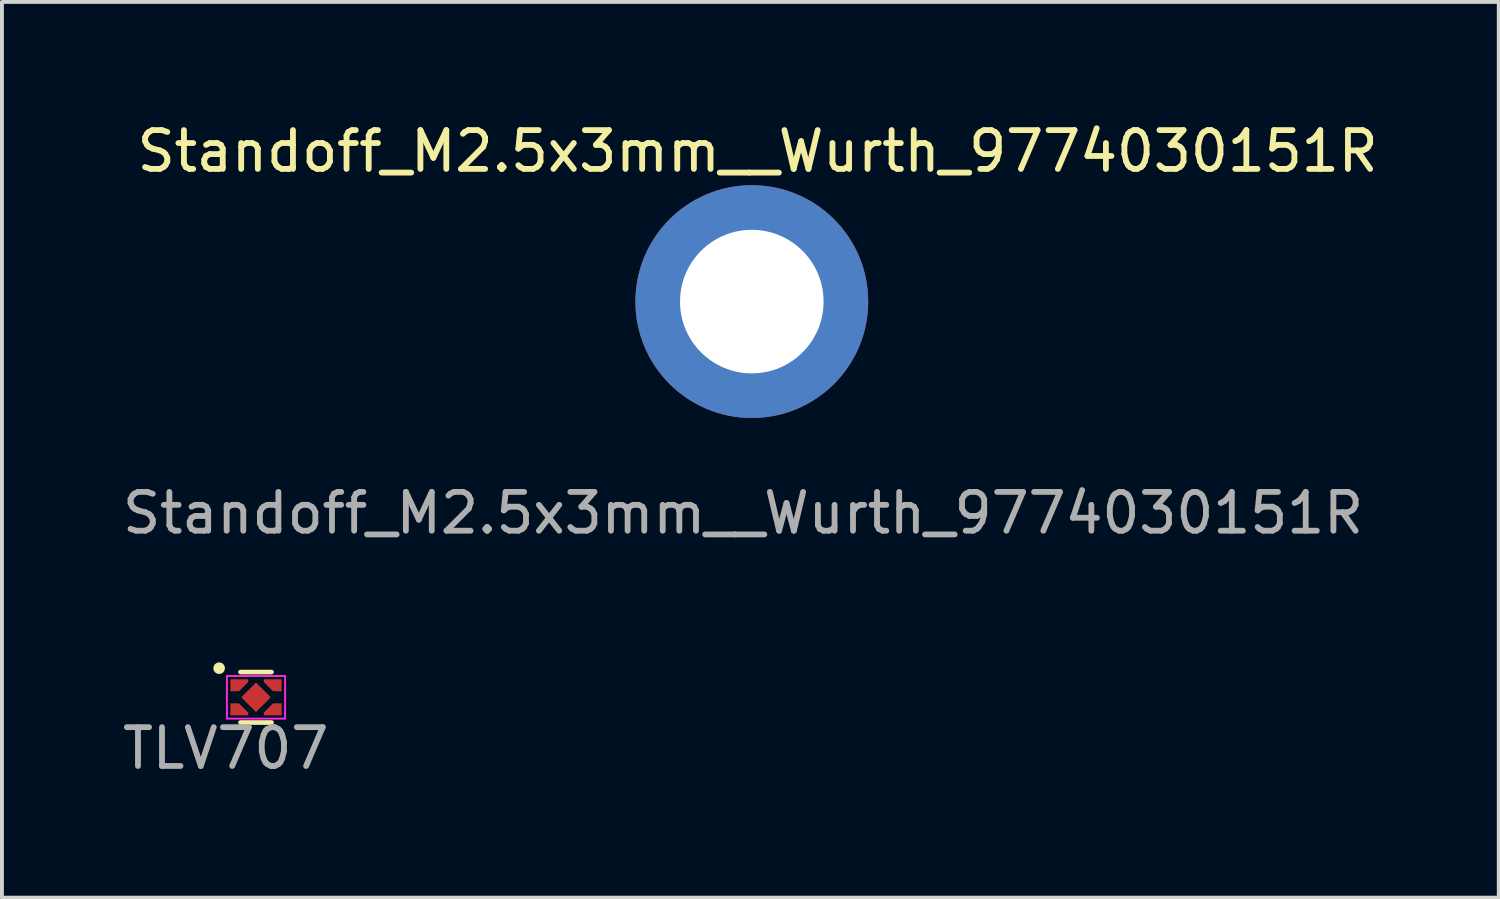
<source format=kicad_pcb>
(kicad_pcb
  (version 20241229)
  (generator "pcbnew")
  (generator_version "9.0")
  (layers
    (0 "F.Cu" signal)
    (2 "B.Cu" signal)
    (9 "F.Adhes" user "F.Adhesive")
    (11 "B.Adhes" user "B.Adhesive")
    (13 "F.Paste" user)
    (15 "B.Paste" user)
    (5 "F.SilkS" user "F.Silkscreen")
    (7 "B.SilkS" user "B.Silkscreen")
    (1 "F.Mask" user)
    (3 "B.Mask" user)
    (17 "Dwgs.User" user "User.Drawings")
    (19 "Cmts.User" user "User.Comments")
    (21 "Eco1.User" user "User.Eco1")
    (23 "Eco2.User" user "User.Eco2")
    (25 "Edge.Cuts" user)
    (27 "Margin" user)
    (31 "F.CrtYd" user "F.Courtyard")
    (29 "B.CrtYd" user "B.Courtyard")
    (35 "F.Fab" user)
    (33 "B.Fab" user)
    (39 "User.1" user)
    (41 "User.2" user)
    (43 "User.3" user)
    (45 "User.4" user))
  (footprint "TLV707"
    (layer "F.Cu")
    (at 3.548 14.921)
    (property "Reference" "TLV707" (at -0.78 1.315 0) (unlocked yes) (layer "F.Fab") (effects (font (size 1 1) (thickness 0.15))))
    (attr smd)
    (fp_poly (pts (xy -0.61 -0.2) (xy -0.61 -0.42) (xy -0.25 -0.42) (xy -0.25 -0.38) (xy -0.43 -0.2)) (stroke (width 0) (type solid)) (fill yes) (layer "F.Mask"))
    (fp_poly (pts (xy -0.61 0.2) (xy -0.61 0.42) (xy -0.25 0.42) (xy -0.25 0.38) (xy -0.43 0.2)) (stroke (width 0) (type solid)) (fill yes) (layer "F.Mask"))
    (fp_poly (pts (xy 0.61 -0.2) (xy 0.61 -0.42) (xy 0.25 -0.42) (xy 0.25 -0.38) (xy 0.43 -0.2)) (stroke (width 0) (type solid)) (fill yes) (layer "F.Mask"))
    (fp_poly (pts (xy 0.61 0.19) (xy 0.61 0.41) (xy 0.25 0.41) (xy 0.25 0.37) (xy 0.43 0.19)) (stroke (width 0) (type solid)) (fill yes) (layer "F.Mask"))
    (fp_line (start -0.4 -0.65) (end 0.4 -0.65) (stroke (width 0.12) (type default)) (layer "F.SilkS"))
    (fp_line (start -0.4 0.65) (end 0.4 0.65) (stroke (width 0.12) (type default)) (layer "F.SilkS"))
    (fp_circle (center -0.95 -0.75) (end -0.875 -0.75) (stroke (width 0.15) (type default)) (fill no) (layer "F.SilkS"))
    (fp_rect (start -0.75 -0.55) (end 0.75 0.55) (stroke (width 0.05) (type default)) (fill no) (layer "F.CrtYd"))
    (pad "1" smd custom (at -0.53 -0.325) (size 0.1 0.1) (layers "F.Cu" "F.Mask" "F.Paste") (options (anchor circle)) (primitives (gr_poly (pts (xy -0.05 0.04) (xy -0.049 0.044) (xy -0.047 0.047) (xy -0.044 0.049) (xy -0.04 0.05) (xy 0.04 0.05) (xy 0.044 0.049) (xy 0.047 0.047) (xy 0.049 0.044) (xy 0.05 0.04) (xy 0.05 -0.04) (xy 0.049 -0.044) (xy 0.047 -0.047) (xy 0.044 -0.049) (xy 0.04 -0.05) (xy -0.04 -0.05) (xy -0.044 -0.049) (xy -0.047 -0.047) (xy -0.049 -0.044) (xy -0.05 -0.04)) (width 0) (fill yes)) (gr_poly (pts (xy -0.13 -0.14) (xy 0.33 -0.14) (xy 0.33 -0.07) (xy 0.09 0.17) (xy -0.13 0.17)) (width 0.0001) (fill yes))))
    (pad "2" smd custom (at -0.53 0.325) (size 0.1 0.1) (layers "F.Cu" "F.Mask" "F.Paste") (options (anchor circle)) (primitives (gr_poly (pts (xy -0.05 -0.04) (xy -0.049 -0.044) (xy -0.047 -0.047) (xy -0.044 -0.049) (xy -0.04 -0.05) (xy 0.04 -0.05) (xy 0.044 -0.049) (xy 0.047 -0.047) (xy 0.049 -0.044) (xy 0.05 -0.04) (xy 0.05 0.04) (xy 0.049 0.044) (xy 0.047 0.047) (xy 0.044 0.049) (xy 0.04 0.05) (xy -0.04 0.05) (xy -0.044 0.049) (xy -0.047 0.047) (xy -0.049 0.044) (xy -0.05 0.04)) (width 0) (fill yes)) (gr_poly (pts (xy -0.13 0.14) (xy 0.33 0.14) (xy 0.33 0.07) (xy 0.09 -0.17) (xy -0.13 -0.17)) (width 0.0001) (fill yes))))
    (pad "3" smd custom (at 0.53 0.325) (size 0.1 0.1) (layers "F.Cu" "F.Mask" "F.Paste") (options (anchor circle)) (primitives (gr_poly (pts (xy 0.05 -0.04) (xy 0.049 -0.044) (xy 0.047 -0.047) (xy 0.044 -0.049) (xy 0.04 -0.05) (xy -0.04 -0.05) (xy -0.044 -0.049) (xy -0.047 -0.047) (xy -0.049 -0.044) (xy -0.05 -0.04) (xy -0.05 0.04) (xy -0.049 0.044) (xy -0.047 0.047) (xy -0.044 0.049) (xy -0.04 0.05) (xy 0.04 0.05) (xy 0.044 0.049) (xy 0.047 0.047) (xy 0.049 0.044) (xy 0.05 0.04)) (width 0) (fill yes)) (gr_poly (pts (xy 0.13 0.14) (xy -0.33 0.14) (xy -0.33 0.07) (xy -0.09 -0.17) (xy 0.13 -0.17)) (width 0.0001) (fill yes))))
    (pad "4" smd custom (at 0.53 -0.325 180) (size 0.1 0.1) (layers "F.Cu" "F.Mask" "F.Paste") (options (anchor circle)) (primitives (gr_poly (pts (xy -0.05 -0.04) (xy -0.049 -0.044) (xy -0.047 -0.047) (xy -0.044 -0.049) (xy -0.04 -0.05) (xy 0.04 -0.05) (xy 0.044 -0.049) (xy 0.047 -0.047) (xy 0.049 -0.044) (xy 0.05 -0.04) (xy 0.05 0.04) (xy 0.049 0.044) (xy 0.047 0.047) (xy 0.044 0.049) (xy 0.04 0.05) (xy -0.04 0.05) (xy -0.044 0.049) (xy -0.047 0.047) (xy -0.049 0.044) (xy -0.05 0.04)) (width 0) (fill yes)) (gr_poly (pts (xy -0.13 0.14) (xy 0.33 0.14) (xy 0.33 0.07) (xy 0.09 -0.17) (xy -0.13 -0.17)) (width 0.0001) (fill yes))))
    (pad "5" smd roundrect (at 0 0 45) (size 0.54 0.54) (layers "F.Cu" "F.Mask" "F.Paste") (roundrect_rratio 0.05)))
  (footprint "Standoff_M2.5x3mm__Wurth_9774030151R"
    (layer "F.Cu")
    (at 16.326 4.723)
    (property "Reference" "Standoff_M2.5x3mm__Wurth_9774030151R" (at 0.15 -3.875 0) (unlocked yes) (layer "F.SilkS") (effects (font (size 1 1) (thickness 0.15))))
    (attr through_hole)
    (fp_poly (pts (arc (start -2.895739 -0.325744) (mid -2.059186 -2.064191) (end -0.320739 -2.900744)) (arc (start -0.325 -1.875) (mid -1.342862 -1.344809) (end -1.870739 -0.325744))) (stroke (width 0) (type solid)) (fill yes) (layer "F.Paste"))
    (fp_poly (pts (arc (start -0.325744 2.895739) (mid -2.064191 2.059186) (end -2.900744 0.320739)) (arc (start -1.875 0.325) (mid -1.344809 1.342862) (end -0.325744 1.870739))) (stroke (width 0) (type solid)) (fill yes) (layer "F.Paste"))
    (fp_poly (pts (arc (start 0.325 -2.9) (mid 2.063447 -2.063447) (end 2.9 -0.325)) (arc (start 1.874256 -0.329261) (mid 1.344065 -1.347123) (end 0.325 -1.875))) (stroke (width 0) (type solid)) (fill yes) (layer "F.Paste"))
    (fp_poly (pts (arc (start 2.895739 0.325) (mid 2.059186 2.063447) (end 0.320739 2.9)) (arc (start 0.325 1.874256) (mid 1.342862 1.344065) (end 1.870739 0.325))) (stroke (width 0) (type solid)) (fill yes) (layer "F.Paste"))
    (fp_text user "${REFERENCE}" (at -0.225 5.45 0) (unlocked yes) (layer "F.Fab") (effects (font (size 1 1) (thickness 0.15))))
    (pad "" np_thru_hole circle (at 0 0) (size 6 6) (drill 3.7) (layers "*.Cu" "*.Mask")))
  (gr_rect
    (start -3 -3)
    (end 35.577 20.085)
    (stroke (width 0.1) (type default))
    (fill no)
    (layer "Edge.Cuts")))
</source>
